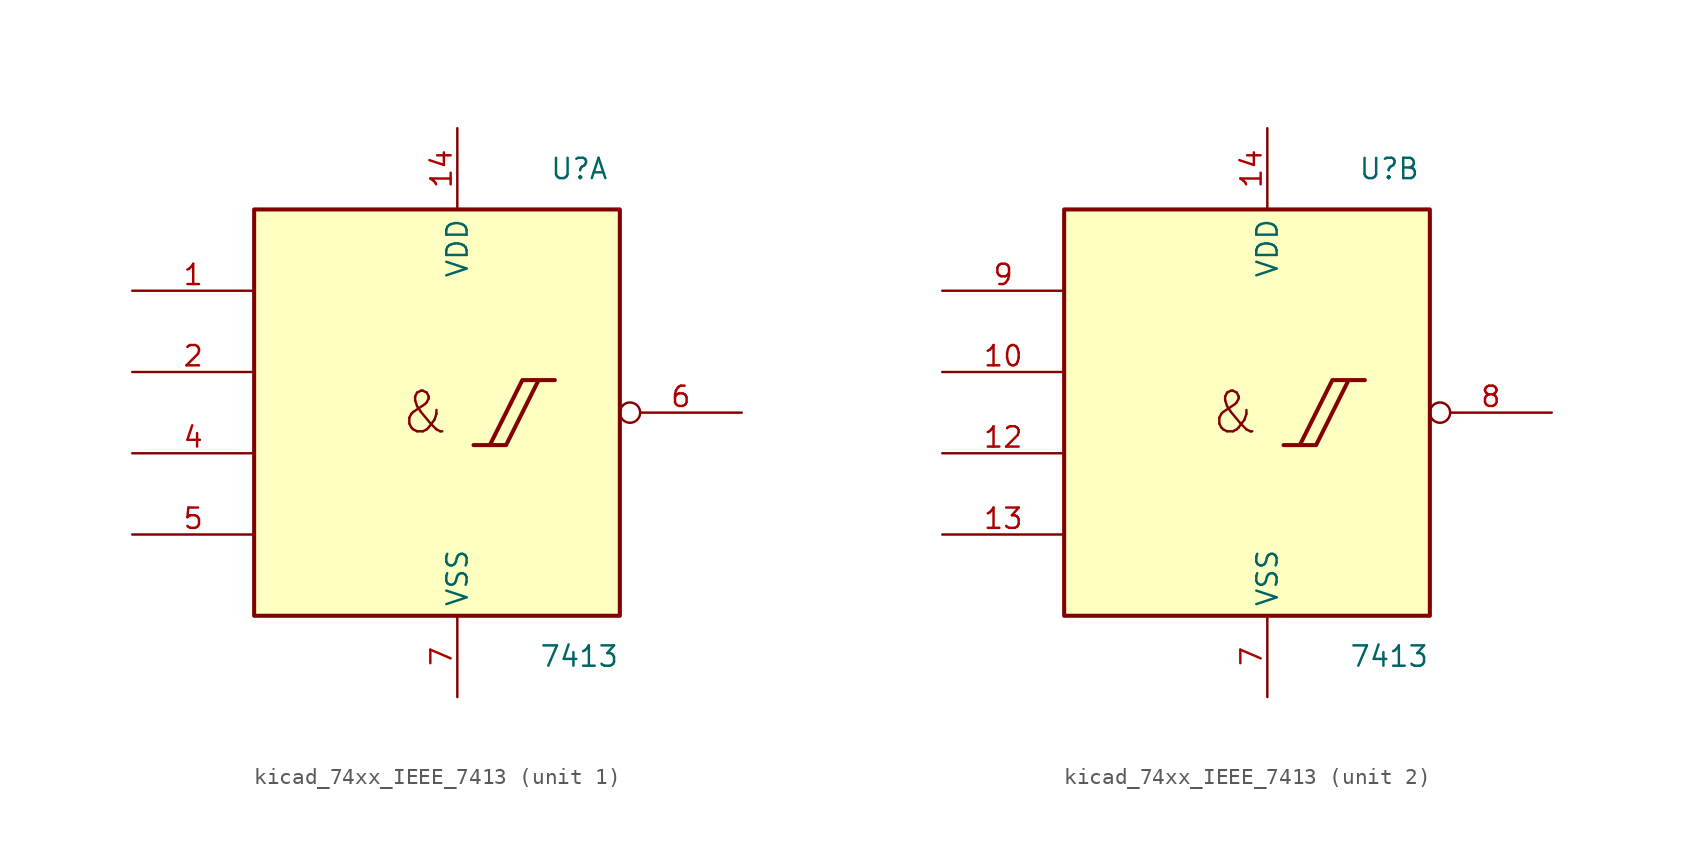
<source format=kicad_sym>
(kicad_symbol_lib
  (version 20220914)
  (generator kicad_symbol_editor)
  (symbol "kicad_74xx_IEEE_7413"
    (property "Reference" "U"
      (at 7.62 15.24 0)
      (effects (font (size 1.27 1.27))))
    (property "Value" "7413"
      (at 7.62 -15.24 0)
      (effects (font (size 1.27 1.27))))
    (symbol "kicad_74xx_IEEE_7413_0_0"
      (polyline (pts (xy 1.016 -2.032) (xy 3.048 -2.032) (xy 5.08 2.032) (xy 6.096 2.032) (xy 4.064 2.032) (xy 2.032 -2.032) (xy 2.032 -2.032)) (stroke (width 0.254) (type default)) (fill (type background)))
      (text "&" (at -2.032 0 0) (effects (font (size 2.54 2.54)))))
    (symbol "kicad_74xx_IEEE_7413_0_1"
      (rectangle (start -12.7 12.7) (end 10.16 -12.7) (stroke (width 0.254) (type default)) (fill (type background)))
      (pin power_in line (at 0 17.78 270) (length 5.08) (name "VDD" (effects (font (size 1.27 1.27)))) (number "14" (effects (font (size 1.27 1.27)))))
      (pin power_in line (at 0 -17.78 90) (length 5.08) (name "VSS" (effects (font (size 1.27 1.27)))) (number "7" (effects (font (size 1.27 1.27))))))
    (symbol "kicad_74xx_IEEE_7413_1_1"
      (pin input line (at -20.32 7.62 0) (length 7.62) (name "~" (effects (font (size 1.27 1.27)))) (number "1" (effects (font (size 1.27 1.27)))))
      (pin input line (at -20.32 2.54 0) (length 7.62) (name "~" (effects (font (size 1.27 1.27)))) (number "2" (effects (font (size 1.27 1.27)))))
      (pin input line (at -20.32 -2.54 0) (length 7.62) (name "~" (effects (font (size 1.27 1.27)))) (number "4" (effects (font (size 1.27 1.27)))))
      (pin input line (at -20.32 -7.62 0) (length 7.62) (name "~" (effects (font (size 1.27 1.27)))) (number "5" (effects (font (size 1.27 1.27)))))
      (pin output inverted (at 17.78 0 180) (length 7.62) (name "~" (effects (font (size 1.27 1.27)))) (number "6" (effects (font (size 1.27 1.27))))))
    (symbol "kicad_74xx_IEEE_7413_2_1"
      (pin input line (at -20.32 2.54 0) (length 7.62) (name "~" (effects (font (size 1.27 1.27)))) (number "10" (effects (font (size 1.27 1.27)))))
      (pin input line (at -20.32 -2.54 0) (length 7.62) (name "~" (effects (font (size 1.27 1.27)))) (number "12" (effects (font (size 1.27 1.27)))))
      (pin input line (at -20.32 -7.62 0) (length 7.62) (name "~" (effects (font (size 1.27 1.27)))) (number "13" (effects (font (size 1.27 1.27)))))
      (pin output inverted (at 17.78 0 180) (length 7.62) (name "~" (effects (font (size 1.27 1.27)))) (number "8" (effects (font (size 1.27 1.27)))))
      (pin input line (at -20.32 7.62 0) (length 7.62) (name "~" (effects (font (size 1.27 1.27)))) (number "9" (effects (font (size 1.27 1.27))))))))
</source>
